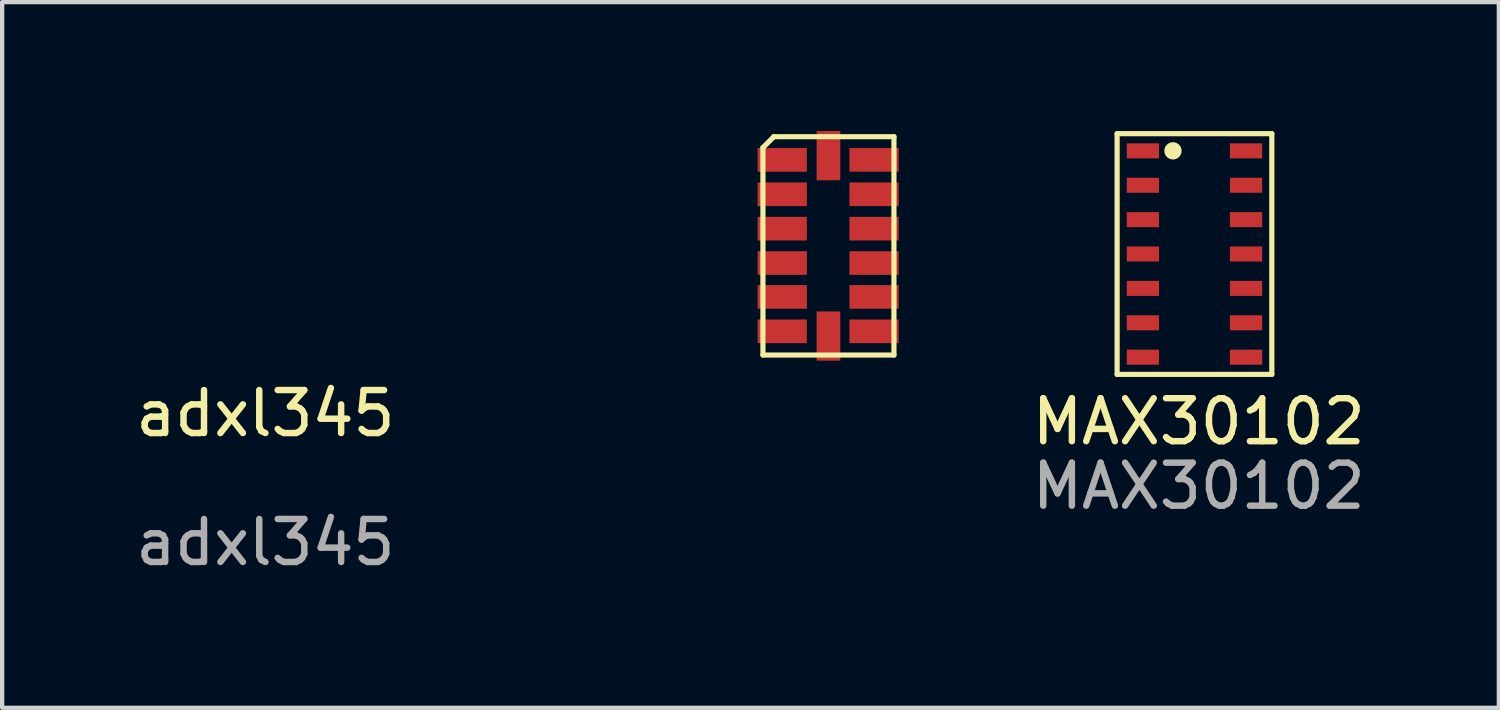
<source format=kicad_pcb>
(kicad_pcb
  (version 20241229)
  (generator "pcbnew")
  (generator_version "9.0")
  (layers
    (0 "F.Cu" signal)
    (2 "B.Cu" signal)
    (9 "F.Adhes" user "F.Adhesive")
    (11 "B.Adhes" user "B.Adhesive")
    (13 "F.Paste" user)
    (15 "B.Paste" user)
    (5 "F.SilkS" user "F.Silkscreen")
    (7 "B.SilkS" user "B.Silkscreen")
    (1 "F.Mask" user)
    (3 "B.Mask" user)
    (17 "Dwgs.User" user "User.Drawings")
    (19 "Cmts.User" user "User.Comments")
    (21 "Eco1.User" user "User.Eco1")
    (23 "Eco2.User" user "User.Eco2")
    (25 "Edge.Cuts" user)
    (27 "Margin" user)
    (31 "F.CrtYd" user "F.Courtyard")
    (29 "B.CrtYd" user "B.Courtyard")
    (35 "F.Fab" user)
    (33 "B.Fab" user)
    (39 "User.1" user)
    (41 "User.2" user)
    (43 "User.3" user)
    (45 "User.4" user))
  (footprint "MAX30102"
    (layer "F.Cu")
    (at 23.541 5.26)
    (property "Reference" "MAX30102" (at 1.3 1.5 0) (unlocked yes) (layer "F.SilkS") (effects (font (size 1 1) (thickness 0.15))))
    (attr smd)
    (fp_line (start -0.6 -5.2) (end 3 -5.2) (stroke (width 0.12) (type solid)) (layer "F.SilkS"))
    (fp_line (start -0.6 0.4) (end -0.6 -5.2) (stroke (width 0.12) (type solid)) (layer "F.SilkS"))
    (fp_line (start -0.6 0.4) (end 3 0.4) (stroke (width 0.12) (type solid)) (layer "F.SilkS"))
    (fp_line (start 3 -5.2) (end 3 0.4) (stroke (width 0.12) (type solid)) (layer "F.SilkS"))
    (fp_circle (center 0.7 -4.8) (end 0.841 -4.8) (stroke (width 0.12) (type solid)) (fill yes) (layer "F.SilkS"))
    (fp_text user "${REFERENCE}" (at 1.3 3 0) (unlocked yes) (layer "F.Fab") (effects (font (size 1 1) (thickness 0.15))))
    (pad "1" smd rect (at 0 -4.8) (size 0.75 0.35) (layers "F.Cu" "F.Mask" "F.Paste"))
    (pad "2" smd rect (at 0 -4) (size 0.75 0.35) (layers "F.Cu" "F.Mask" "F.Paste"))
    (pad "3" smd rect (at 0 -3.2) (size 0.75 0.35) (layers "F.Cu" "F.Mask" "F.Paste"))
    (pad "4" smd rect (at 0 -2.4) (size 0.75 0.35) (layers "F.Cu" "F.Mask" "F.Paste"))
    (pad "5" smd rect (at 0 -1.6) (size 0.75 0.35) (layers "F.Cu" "F.Mask" "F.Paste"))
    (pad "6" smd rect (at 0 -0.8) (size 0.75 0.35) (layers "F.Cu" "F.Mask" "F.Paste"))
    (pad "7" smd rect (at 0 0) (size 0.75 0.35) (layers "F.Cu" "F.Mask" "F.Paste"))
    (pad "8" smd rect (at 2.4 0) (size 0.75 0.35) (layers "F.Cu" "F.Mask" "F.Paste"))
    (pad "9" smd rect (at 2.4 -0.8) (size 0.75 0.35) (layers "F.Cu" "F.Mask" "F.Paste"))
    (pad "10" smd rect (at 2.4 -1.6) (size 0.75 0.35) (layers "F.Cu" "F.Mask" "F.Paste"))
    (pad "11" smd rect (at 2.4 -2.4) (size 0.75 0.35) (layers "F.Cu" "F.Mask" "F.Paste"))
    (pad "12" smd rect (at 2.4 -3.2) (size 0.75 0.35) (layers "F.Cu" "F.Mask" "F.Paste"))
    (pad "13" smd rect (at 2.4 -4) (size 0.75 0.35) (layers "F.Cu" "F.Mask" "F.Paste"))
    (pad "14" smd rect (at 2.4 -4.8) (size 0.75 0.35) (layers "F.Cu" "F.Mask" "F.Paste")))
  (footprint "adxl345"
    (layer "F.Cu")
    (at 16.225 2.67)
    (property "Reference" "adxl345" (at -13.1 3.9 0) (unlocked yes) (layer "F.SilkS") (effects (font (size 1 1) (thickness 0.15))))
    (attr smd)
    (fp_line (start -1.524 -2.286) (end -1.524 2.54) (stroke (width 0.12) (type solid)) (layer "F.SilkS"))
    (fp_line (start -1.524 2.54) (end 1.524 2.54) (stroke (width 0.12) (type solid)) (layer "F.SilkS"))
    (fp_line (start -1.27 -2.54) (end -1.524 -2.286) (stroke (width 0.12) (type solid)) (layer "F.SilkS"))
    (fp_line (start 1.524 -2.54) (end -1.27 -2.54) (stroke (width 0.12) (type solid)) (layer "F.SilkS"))
    (fp_line (start 1.524 2.54) (end 1.524 -2.54) (stroke (width 0.12) (type solid)) (layer "F.SilkS"))
    (fp_text user "${REFERENCE}" (at -13.1 6.9 0) (unlocked yes) (layer "F.Fab") (effects (font (size 1 1) (thickness 0.15))))
    (pad "1" smd rect (at -1.075 -2) (size 1.145 0.55) (layers "F.Cu" "F.Mask" "F.Paste"))
    (pad "2" smd rect (at -1.075 -1.2) (size 1.145 0.55) (layers "F.Cu" "F.Mask" "F.Paste"))
    (pad "3" smd rect (at -1.075 -0.4) (size 1.145 0.55) (layers "F.Cu" "F.Mask" "F.Paste"))
    (pad "4" smd rect (at -1.075 0.4) (size 1.145 0.55) (layers "F.Cu" "F.Mask" "F.Paste"))
    (pad "5" smd rect (at -1.075 1.188) (size 1.145 0.55) (layers "F.Cu" "F.Mask" "F.Paste"))
    (pad "6" smd rect (at -1.075 1.989) (size 1.145 0.55) (layers "F.Cu" "F.Mask" "F.Paste"))
    (pad "7" smd rect (at 0 2.098) (size 0.55 1.145) (layers "F.Cu" "F.Mask" "F.Paste"))
    (pad "8" smd rect (at 1.061 1.989) (size 1.145 0.55) (layers "F.Cu" "F.Mask" "F.Paste"))
    (pad "9" smd rect (at 1.061 1.188) (size 1.145 0.55) (layers "F.Cu" "F.Mask" "F.Paste"))
    (pad "10" smd rect (at 1.061 0.4) (size 1.145 0.55) (layers "F.Cu" "F.Mask" "F.Paste"))
    (pad "11" smd rect (at 1.061 -0.4) (size 1.145 0.55) (layers "F.Cu" "F.Mask" "F.Paste"))
    (pad "12" smd rect (at 1.061 -1.2) (size 1.145 0.55) (layers "F.Cu" "F.Mask" "F.Paste"))
    (pad "13" smd rect (at 1.061 -2) (size 1.145 0.55) (layers "F.Cu" "F.Mask" "F.Paste"))
    (pad "14" smd rect (at 0 -2.098) (size 0.55 1.145) (layers "F.Cu" "F.Mask" "F.Paste")))
  (gr_rect
    (start -3 -3)
    (end 31.823 13.418)
    (stroke (width 0.1) (type default))
    (fill no)
    (layer "Edge.Cuts")))
</source>
